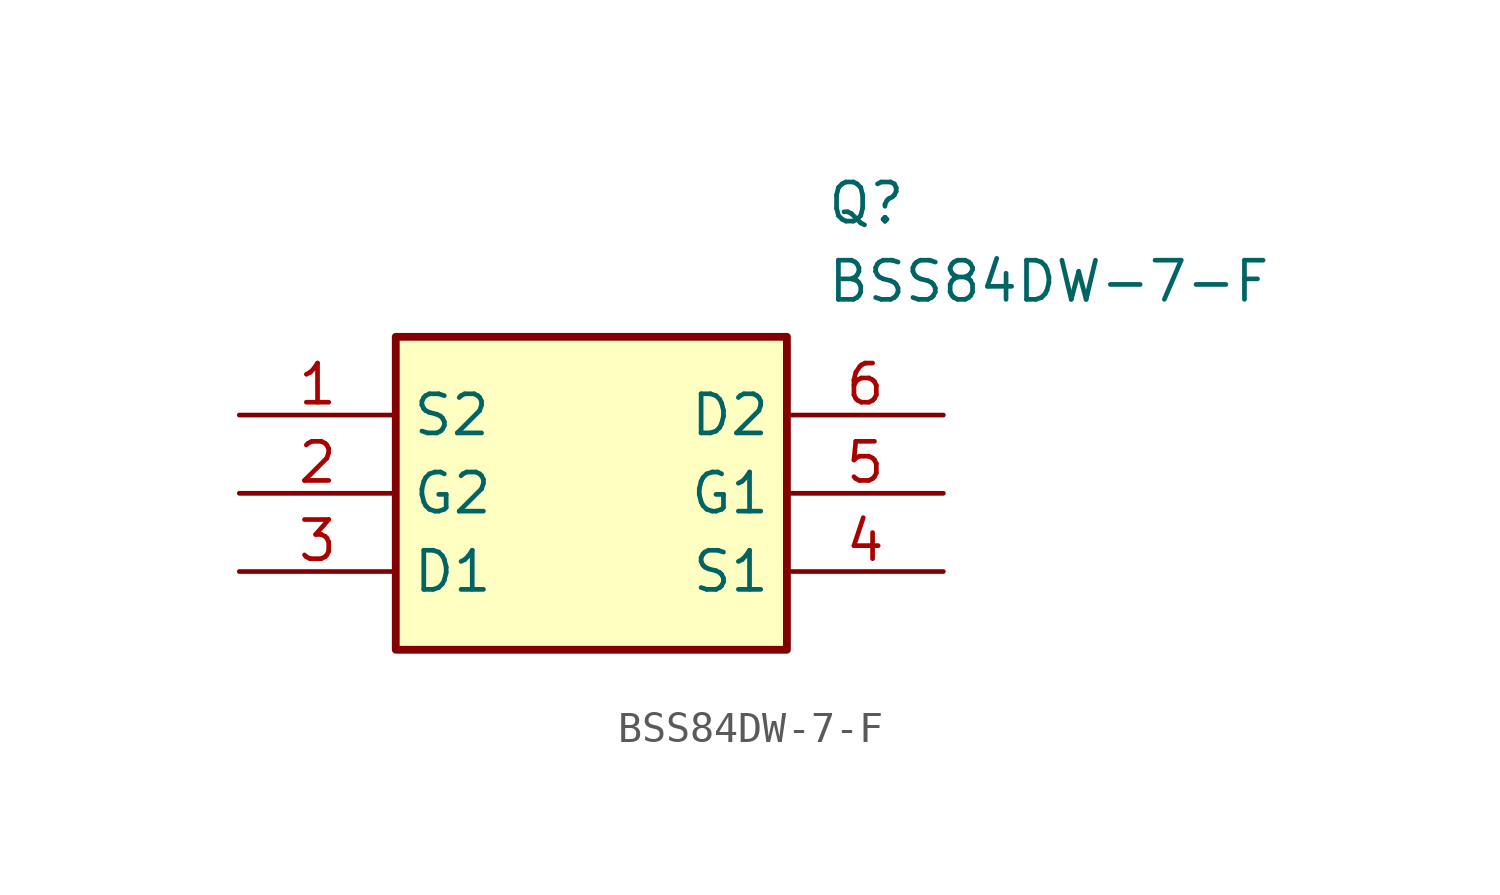
<source format=kicad_sym>
(kicad_symbol_lib
  (version 20211014)
  (generator SamacSys_ECAD_Model)
  (symbol "BSS84DW-7-F"
    (property "Reference" "Q"
      (at 19.05 7.62 0)
      (effects (font (size 1.27 1.27)) (justify left top)))
    (property "Value" "BSS84DW-7-F"
      (at 19.05 5.08 0)
      (effects (font (size 1.27 1.27)) (justify left top)))
    (rectangle
      (start 5.08 2.54)
      (end 17.78 -7.62)
      (stroke (width 0.254) (type default))
      (fill (type background)))
    (pin passive line
      (at 0 0 0)
      (length 5.08)
      (name "S2" (effects (font (size 1.27 1.27))))
      (number "1" (effects (font (size 1.27 1.27)))))
    (pin passive line
      (at 0 -2.54 0)
      (length 5.08)
      (name "G2" (effects (font (size 1.27 1.27))))
      (number "2" (effects (font (size 1.27 1.27)))))
    (pin passive line
      (at 0 -5.08 0)
      (length 5.08)
      (name "D1" (effects (font (size 1.27 1.27))))
      (number "3" (effects (font (size 1.27 1.27)))))
    (pin passive line
      (at 22.86 0 180)
      (length 5.08)
      (name "D2" (effects (font (size 1.27 1.27))))
      (number "6" (effects (font (size 1.27 1.27)))))
    (pin passive line
      (at 22.86 -2.54 180)
      (length 5.08)
      (name "G1" (effects (font (size 1.27 1.27))))
      (number "5" (effects (font (size 1.27 1.27)))))
    (pin passive line
      (at 22.86 -5.08 180)
      (length 5.08)
      (name "S1" (effects (font (size 1.27 1.27))))
      (number "4" (effects (font (size 1.27 1.27)))))))
</source>
